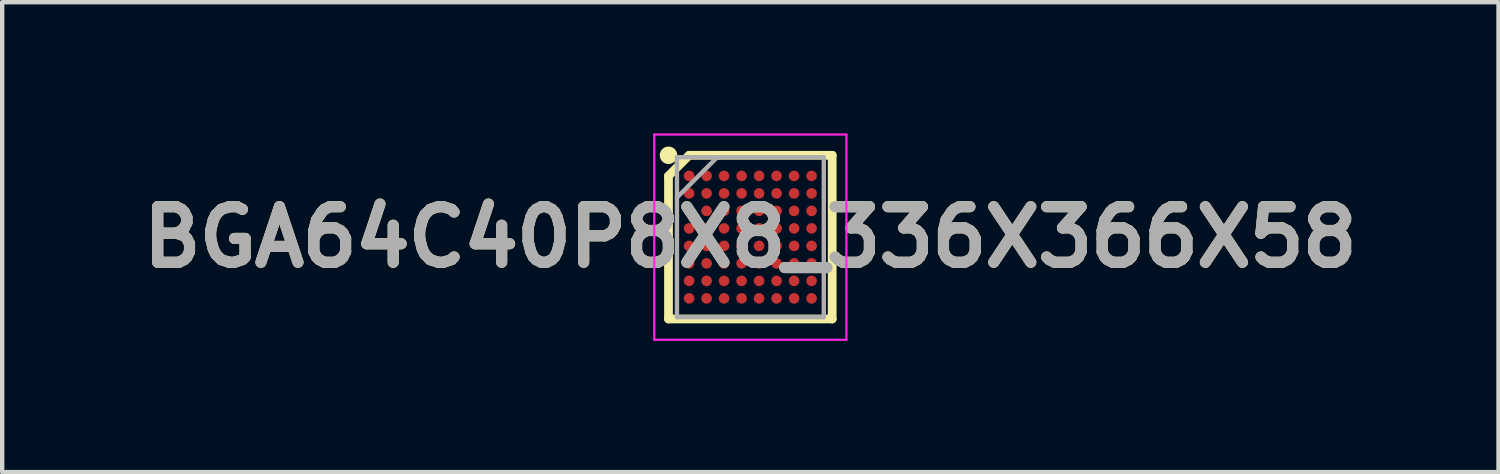
<source format=kicad_pcb>
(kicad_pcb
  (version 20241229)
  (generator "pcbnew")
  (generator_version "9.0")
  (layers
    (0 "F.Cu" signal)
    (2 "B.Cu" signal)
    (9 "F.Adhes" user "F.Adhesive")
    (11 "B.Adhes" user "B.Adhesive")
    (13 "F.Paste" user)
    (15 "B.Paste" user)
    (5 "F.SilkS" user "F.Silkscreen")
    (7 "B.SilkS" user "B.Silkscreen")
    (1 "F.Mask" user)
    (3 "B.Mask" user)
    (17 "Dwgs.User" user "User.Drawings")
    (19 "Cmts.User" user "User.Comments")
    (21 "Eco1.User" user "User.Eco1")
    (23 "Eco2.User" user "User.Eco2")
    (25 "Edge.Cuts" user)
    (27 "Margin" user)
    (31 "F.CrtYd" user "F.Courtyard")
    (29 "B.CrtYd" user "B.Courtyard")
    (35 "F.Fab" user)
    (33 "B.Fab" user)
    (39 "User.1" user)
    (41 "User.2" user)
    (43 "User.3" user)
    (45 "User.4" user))
  (footprint "BGA64C40P8X8_336X366X58"
    (layer "F.Cu")
    (at 14.103 2.371)
    (property "Reference" "BGA64C40P8X8_336X366X58" (at 0 0 0) (layer "F.SilkS") (effects (font (size 1.27 1.27) (thickness 0.254))))
    (attr smd)
    (fp_line (start -1.871 -1.4) (end -1.4 -1.871) (stroke (width 0.2) (type solid)) (layer "F.SilkS"))
    (fp_line (start -1.871 1.871) (end -1.871 -1.4) (stroke (width 0.2) (type solid)) (layer "F.SilkS"))
    (fp_line (start -1.4 -1.871) (end 1.871 -1.871) (stroke (width 0.2) (type solid)) (layer "F.SilkS"))
    (fp_line (start 1.871 -1.871) (end 1.871 1.871) (stroke (width 0.2) (type solid)) (layer "F.SilkS"))
    (fp_line (start 1.871 1.871) (end -1.871 1.871) (stroke (width 0.2) (type solid)) (layer "F.SilkS"))
    (fp_circle (center -1.871 -1.871) (end -1.871 -1.771) (stroke (width 0.2) (type solid)) (fill no) (layer "F.SilkS"))
    (fp_line (start -2.196 -2.346) (end 2.196 -2.346) (stroke (width 0.05) (type solid)) (layer "F.CrtYd"))
    (fp_line (start -2.196 2.346) (end -2.196 -2.346) (stroke (width 0.05) (type solid)) (layer "F.CrtYd"))
    (fp_line (start 2.196 -2.346) (end 2.196 2.346) (stroke (width 0.05) (type solid)) (layer "F.CrtYd"))
    (fp_line (start 2.196 2.346) (end -2.196 2.346) (stroke (width 0.05) (type solid)) (layer "F.CrtYd"))
    (fp_line (start -1.678 -1.828) (end 1.679 -1.828) (stroke (width 0.1) (type solid)) (layer "F.Fab"))
    (fp_line (start -1.678 -0.906) (end -0.755 -1.829) (stroke (width 0.1) (type solid)) (layer "F.Fab"))
    (fp_line (start -1.678 1.829) (end -1.678 -1.828) (stroke (width 0.1) (type solid)) (layer "F.Fab"))
    (fp_line (start 1.679 -1.828) (end 1.679 1.829) (stroke (width 0.1) (type solid)) (layer "F.Fab"))
    (fp_line (start 1.679 1.829) (end -1.678 1.829) (stroke (width 0.1) (type solid)) (layer "F.Fab"))
    (fp_text user "${REFERENCE}" (at 0 0 0) (layer "F.Fab") (effects (font (size 1.27 1.27) (thickness 0.254))))
    (pad "A1" smd circle (at -1.4 -1.4 90) (size 0.242 0.242) (layers "F.Cu" "F.Mask" "F.Paste"))
    (pad "A2" smd circle (at -1 -1.4 90) (size 0.242 0.242) (layers "F.Cu" "F.Mask" "F.Paste"))
    (pad "A3" smd circle (at -0.6 -1.4 90) (size 0.242 0.242) (layers "F.Cu" "F.Mask" "F.Paste"))
    (pad "A4" smd circle (at -0.2 -1.4 90) (size 0.242 0.242) (layers "F.Cu" "F.Mask" "F.Paste"))
    (pad "A5" smd circle (at 0.2 -1.4 90) (size 0.242 0.242) (layers "F.Cu" "F.Mask" "F.Paste"))
    (pad "A6" smd circle (at 0.6 -1.4 90) (size 0.242 0.242) (layers "F.Cu" "F.Mask" "F.Paste"))
    (pad "A7" smd circle (at 1 -1.4 90) (size 0.242 0.242) (layers "F.Cu" "F.Mask" "F.Paste"))
    (pad "A8" smd circle (at 1.4 -1.4 90) (size 0.242 0.242) (layers "F.Cu" "F.Mask" "F.Paste"))
    (pad "B1" smd circle (at -1.4 -1 90) (size 0.242 0.242) (layers "F.Cu" "F.Mask" "F.Paste"))
    (pad "B2" smd circle (at -1 -1 90) (size 0.242 0.242) (layers "F.Cu" "F.Mask" "F.Paste"))
    (pad "B3" smd circle (at -0.6 -1 90) (size 0.242 0.242) (layers "F.Cu" "F.Mask" "F.Paste"))
    (pad "B4" smd circle (at -0.2 -1 90) (size 0.242 0.242) (layers "F.Cu" "F.Mask" "F.Paste"))
    (pad "B5" smd circle (at 0.2 -1 90) (size 0.242 0.242) (layers "F.Cu" "F.Mask" "F.Paste"))
    (pad "B6" smd circle (at 0.6 -1 90) (size 0.242 0.242) (layers "F.Cu" "F.Mask" "F.Paste"))
    (pad "B7" smd circle (at 1 -1 90) (size 0.242 0.242) (layers "F.Cu" "F.Mask" "F.Paste"))
    (pad "B8" smd circle (at 1.4 -1 90) (size 0.242 0.242) (layers "F.Cu" "F.Mask" "F.Paste"))
    (pad "C1" smd circle (at -1.4 -0.6 90) (size 0.242 0.242) (layers "F.Cu" "F.Mask" "F.Paste"))
    (pad "C2" smd circle (at -1 -0.6 90) (size 0.242 0.242) (layers "F.Cu" "F.Mask" "F.Paste"))
    (pad "C3" smd circle (at -0.6 -0.6 90) (size 0.242 0.242) (layers "F.Cu" "F.Mask" "F.Paste"))
    (pad "C4" smd circle (at -0.2 -0.6 90) (size 0.242 0.242) (layers "F.Cu" "F.Mask" "F.Paste"))
    (pad "C5" smd circle (at 0.2 -0.6 90) (size 0.242 0.242) (layers "F.Cu" "F.Mask" "F.Paste"))
    (pad "C6" smd circle (at 0.6 -0.6 90) (size 0.242 0.242) (layers "F.Cu" "F.Mask" "F.Paste"))
    (pad "C7" smd circle (at 1 -0.6 90) (size 0.242 0.242) (layers "F.Cu" "F.Mask" "F.Paste"))
    (pad "C8" smd circle (at 1.4 -0.6 90) (size 0.242 0.242) (layers "F.Cu" "F.Mask" "F.Paste"))
    (pad "D1" smd circle (at -1.4 -0.2 90) (size 0.242 0.242) (layers "F.Cu" "F.Mask" "F.Paste"))
    (pad "D2" smd circle (at -1 -0.2 90) (size 0.242 0.242) (layers "F.Cu" "F.Mask" "F.Paste"))
    (pad "D3" smd circle (at -0.6 -0.2 90) (size 0.242 0.242) (layers "F.Cu" "F.Mask" "F.Paste"))
    (pad "D4" smd circle (at -0.2 -0.2 90) (size 0.242 0.242) (layers "F.Cu" "F.Mask" "F.Paste"))
    (pad "D5" smd circle (at 0.2 -0.2 90) (size 0.242 0.242) (layers "F.Cu" "F.Mask" "F.Paste"))
    (pad "D6" smd circle (at 0.6 -0.2 90) (size 0.242 0.242) (layers "F.Cu" "F.Mask" "F.Paste"))
    (pad "D7" smd circle (at 1 -0.2 90) (size 0.242 0.242) (layers "F.Cu" "F.Mask" "F.Paste"))
    (pad "D8" smd circle (at 1.4 -0.2 90) (size 0.242 0.242) (layers "F.Cu" "F.Mask" "F.Paste"))
    (pad "E1" smd circle (at -1.4 0.2 90) (size 0.242 0.242) (layers "F.Cu" "F.Mask" "F.Paste"))
    (pad "E2" smd circle (at -1 0.2 90) (size 0.242 0.242) (layers "F.Cu" "F.Mask" "F.Paste"))
    (pad "E3" smd circle (at -0.6 0.2 90) (size 0.242 0.242) (layers "F.Cu" "F.Mask" "F.Paste"))
    (pad "E4" smd circle (at -0.2 0.2 90) (size 0.242 0.242) (layers "F.Cu" "F.Mask" "F.Paste"))
    (pad "E5" smd circle (at 0.2 0.2 90) (size 0.242 0.242) (layers "F.Cu" "F.Mask" "F.Paste"))
    (pad "E6" smd circle (at 0.6 0.2 90) (size 0.242 0.242) (layers "F.Cu" "F.Mask" "F.Paste"))
    (pad "E7" smd circle (at 1 0.2 90) (size 0.242 0.242) (layers "F.Cu" "F.Mask" "F.Paste"))
    (pad "E8" smd circle (at 1.4 0.2 90) (size 0.242 0.242) (layers "F.Cu" "F.Mask" "F.Paste"))
    (pad "F1" smd circle (at -1.4 0.6 90) (size 0.242 0.242) (layers "F.Cu" "F.Mask" "F.Paste"))
    (pad "F2" smd circle (at -1 0.6 90) (size 0.242 0.242) (layers "F.Cu" "F.Mask" "F.Paste"))
    (pad "F3" smd circle (at -0.6 0.6 90) (size 0.242 0.242) (layers "F.Cu" "F.Mask" "F.Paste"))
    (pad "F4" smd circle (at -0.2 0.6 90) (size 0.242 0.242) (layers "F.Cu" "F.Mask" "F.Paste"))
    (pad "F5" smd circle (at 0.2 0.6 90) (size 0.242 0.242) (layers "F.Cu" "F.Mask" "F.Paste"))
    (pad "F6" smd circle (at 0.6 0.6 90) (size 0.242 0.242) (layers "F.Cu" "F.Mask" "F.Paste"))
    (pad "F7" smd circle (at 1 0.6 90) (size 0.242 0.242) (layers "F.Cu" "F.Mask" "F.Paste"))
    (pad "F8" smd circle (at 1.4 0.6 90) (size 0.242 0.242) (layers "F.Cu" "F.Mask" "F.Paste"))
    (pad "G1" smd circle (at -1.4 1 90) (size 0.242 0.242) (layers "F.Cu" "F.Mask" "F.Paste"))
    (pad "G2" smd circle (at -1 1 90) (size 0.242 0.242) (layers "F.Cu" "F.Mask" "F.Paste"))
    (pad "G3" smd circle (at -0.6 1 90) (size 0.242 0.242) (layers "F.Cu" "F.Mask" "F.Paste"))
    (pad "G4" smd circle (at -0.2 1 90) (size 0.242 0.242) (layers "F.Cu" "F.Mask" "F.Paste"))
    (pad "G5" smd circle (at 0.2 1 90) (size 0.242 0.242) (layers "F.Cu" "F.Mask" "F.Paste"))
    (pad "G6" smd circle (at 0.6 1 90) (size 0.242 0.242) (layers "F.Cu" "F.Mask" "F.Paste"))
    (pad "G7" smd circle (at 1 1 90) (size 0.242 0.242) (layers "F.Cu" "F.Mask" "F.Paste"))
    (pad "G8" smd circle (at 1.4 1 90) (size 0.242 0.242) (layers "F.Cu" "F.Mask" "F.Paste"))
    (pad "H1" smd circle (at -1.4 1.4 90) (size 0.242 0.242) (layers "F.Cu" "F.Mask" "F.Paste"))
    (pad "H2" smd circle (at -1 1.4 90) (size 0.242 0.242) (layers "F.Cu" "F.Mask" "F.Paste"))
    (pad "H3" smd circle (at -0.6 1.4 90) (size 0.242 0.242) (layers "F.Cu" "F.Mask" "F.Paste"))
    (pad "H4" smd circle (at -0.2 1.4 90) (size 0.242 0.242) (layers "F.Cu" "F.Mask" "F.Paste"))
    (pad "H5" smd circle (at 0.2 1.4 90) (size 0.242 0.242) (layers "F.Cu" "F.Mask" "F.Paste"))
    (pad "H6" smd circle (at 0.6 1.4 90) (size 0.242 0.242) (layers "F.Cu" "F.Mask" "F.Paste"))
    (pad "H7" smd circle (at 1 1.4 90) (size 0.242 0.242) (layers "F.Cu" "F.Mask" "F.Paste"))
    (pad "H8" smd circle (at 1.4 1.4 90) (size 0.242 0.242) (layers "F.Cu" "F.Mask" "F.Paste")))
  (gr_rect
    (start -3 -3)
    (end 31.206 7.742)
    (stroke (width 0.1) (type default))
    (fill no)
    (layer "Edge.Cuts")))
</source>
